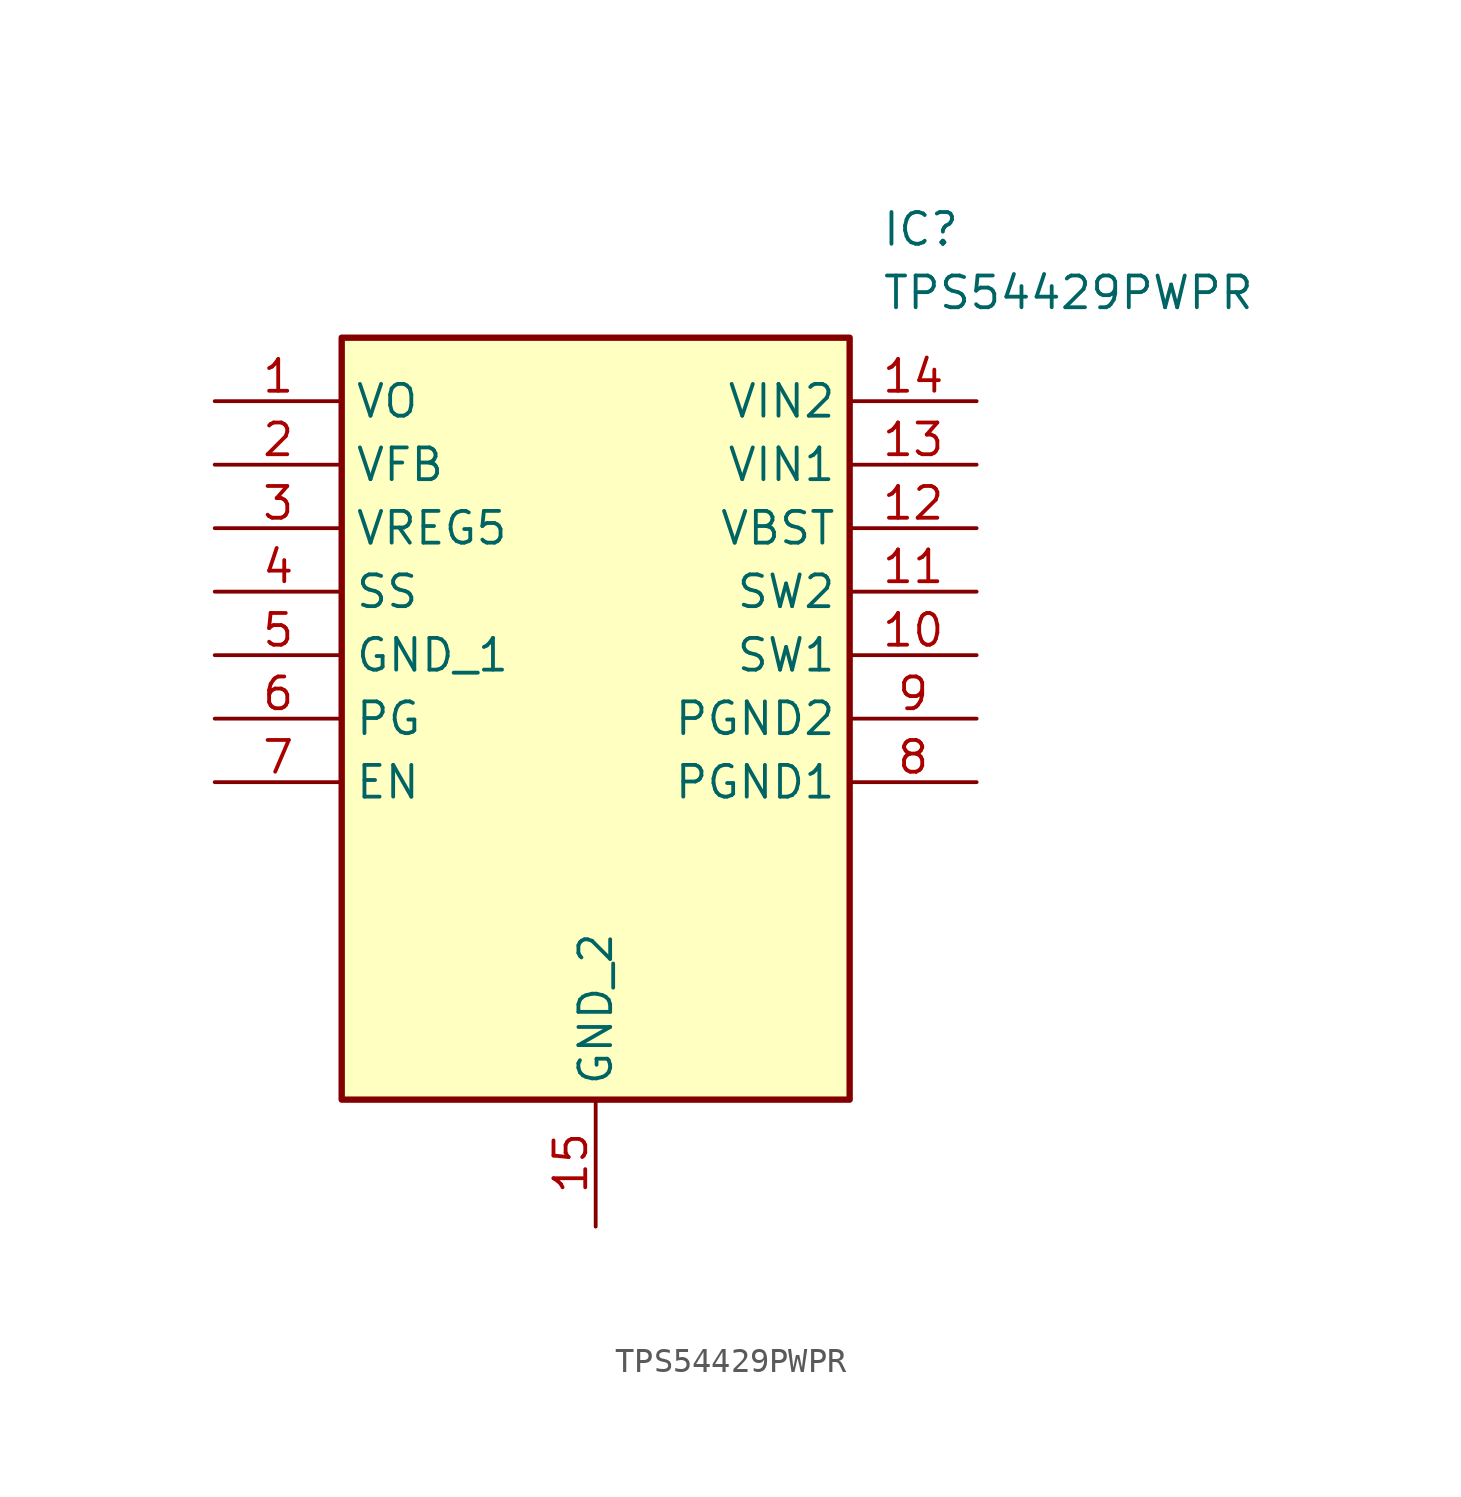
<source format=kicad_sym>
(kicad_symbol_lib
  (version 20211014)
  (generator SamacSys_ECAD_Model)
  (symbol "TPS54429PWPR"
    (property "Reference" "IC"
      (at 26.67 7.62 0)
      (effects (font (size 1.27 1.27)) (justify left top)))
    (property "Value" "TPS54429PWPR"
      (at 26.67 5.08 0)
      (effects (font (size 1.27 1.27)) (justify left top)))
    (rectangle
      (start 5.08 2.54)
      (end 25.4 -27.94)
      (stroke (width 0.254) (type default))
      (fill (type background)))
    (pin passive line
      (at 0 0 0)
      (length 5.08)
      (name "VO" (effects (font (size 1.27 1.27))))
      (number "1" (effects (font (size 1.27 1.27)))))
    (pin passive line
      (at 0 -2.54 0)
      (length 5.08)
      (name "VFB" (effects (font (size 1.27 1.27))))
      (number "2" (effects (font (size 1.27 1.27)))))
    (pin passive line
      (at 0 -5.08 0)
      (length 5.08)
      (name "VREG5" (effects (font (size 1.27 1.27))))
      (number "3" (effects (font (size 1.27 1.27)))))
    (pin passive line
      (at 0 -7.62 0)
      (length 5.08)
      (name "SS" (effects (font (size 1.27 1.27))))
      (number "4" (effects (font (size 1.27 1.27)))))
    (pin passive line
      (at 0 -10.16 0)
      (length 5.08)
      (name "GND_1" (effects (font (size 1.27 1.27))))
      (number "5" (effects (font (size 1.27 1.27)))))
    (pin passive line
      (at 0 -12.7 0)
      (length 5.08)
      (name "PG" (effects (font (size 1.27 1.27))))
      (number "6" (effects (font (size 1.27 1.27)))))
    (pin passive line
      (at 0 -15.24 0)
      (length 5.08)
      (name "EN" (effects (font (size 1.27 1.27))))
      (number "7" (effects (font (size 1.27 1.27)))))
    (pin passive line
      (at 15.24 -33.02 90)
      (length 5.08)
      (name "GND_2" (effects (font (size 1.27 1.27))))
      (number "15" (effects (font (size 1.27 1.27)))))
    (pin passive line
      (at 30.48 0 180)
      (length 5.08)
      (name "VIN2" (effects (font (size 1.27 1.27))))
      (number "14" (effects (font (size 1.27 1.27)))))
    (pin passive line
      (at 30.48 -2.54 180)
      (length 5.08)
      (name "VIN1" (effects (font (size 1.27 1.27))))
      (number "13" (effects (font (size 1.27 1.27)))))
    (pin passive line
      (at 30.48 -5.08 180)
      (length 5.08)
      (name "VBST" (effects (font (size 1.27 1.27))))
      (number "12" (effects (font (size 1.27 1.27)))))
    (pin passive line
      (at 30.48 -7.62 180)
      (length 5.08)
      (name "SW2" (effects (font (size 1.27 1.27))))
      (number "11" (effects (font (size 1.27 1.27)))))
    (pin passive line
      (at 30.48 -10.16 180)
      (length 5.08)
      (name "SW1" (effects (font (size 1.27 1.27))))
      (number "10" (effects (font (size 1.27 1.27)))))
    (pin passive line
      (at 30.48 -12.7 180)
      (length 5.08)
      (name "PGND2" (effects (font (size 1.27 1.27))))
      (number "9" (effects (font (size 1.27 1.27)))))
    (pin passive line
      (at 30.48 -15.24 180)
      (length 5.08)
      (name "PGND1" (effects (font (size 1.27 1.27))))
      (number "8" (effects (font (size 1.27 1.27)))))))
</source>
